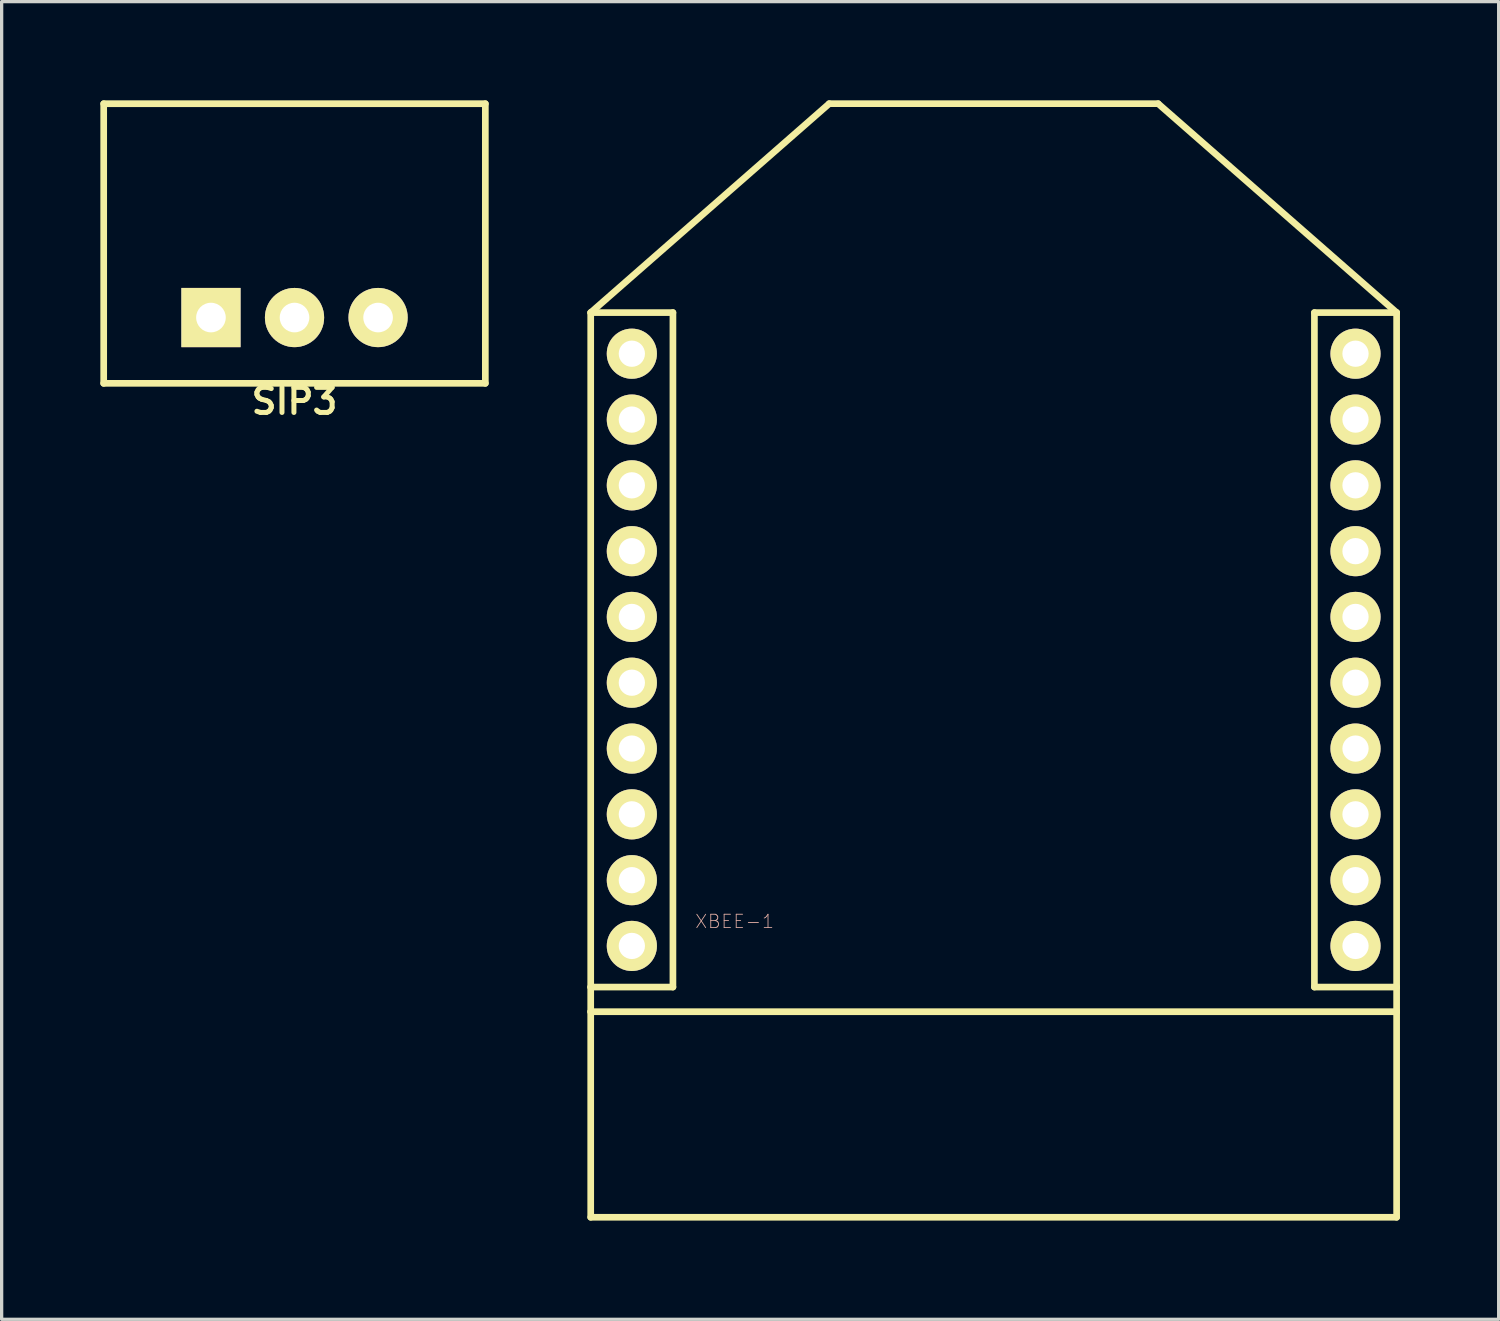
<source format=kicad_pcb>
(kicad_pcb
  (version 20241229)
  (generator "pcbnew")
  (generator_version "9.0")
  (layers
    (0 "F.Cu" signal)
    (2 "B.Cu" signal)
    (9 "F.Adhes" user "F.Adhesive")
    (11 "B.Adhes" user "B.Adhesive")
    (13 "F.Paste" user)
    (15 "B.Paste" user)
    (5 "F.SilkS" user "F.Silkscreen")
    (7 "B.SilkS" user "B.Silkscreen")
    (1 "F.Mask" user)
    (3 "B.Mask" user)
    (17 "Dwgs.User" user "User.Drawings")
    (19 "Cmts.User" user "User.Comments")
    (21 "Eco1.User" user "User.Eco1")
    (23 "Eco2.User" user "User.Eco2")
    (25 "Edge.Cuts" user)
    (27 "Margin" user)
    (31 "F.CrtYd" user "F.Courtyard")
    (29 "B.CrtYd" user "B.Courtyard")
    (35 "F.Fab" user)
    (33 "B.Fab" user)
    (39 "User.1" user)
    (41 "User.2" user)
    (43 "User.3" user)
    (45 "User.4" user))
  (footprint "SIP3"
    (layer "F.Cu")
    (at 5.902 6.602)
    (property "Reference" "SIP3" (at 0 2.54 0) (layer "F.SilkS") (effects (font (size 0.762 0.762) (thickness 0.152))))
    (attr through_hole)
    (fp_line (start -5.8 -6.5) (end 5.8 -6.5) (stroke (width 0.203) (type solid)) (layer "F.SilkS"))
    (fp_line (start -5.8 2) (end -5.8 -6.5) (stroke (width 0.203) (type solid)) (layer "F.SilkS"))
    (fp_line (start 5.8 2) (end -5.8 2) (stroke (width 0.203) (type solid)) (layer "F.SilkS"))
    (fp_line (start 5.8 2) (end 5.8 -6.5) (stroke (width 0.203) (type solid)) (layer "F.SilkS"))
    (pad "1" thru_hole rect (at -2.54 0) (size 1.8 1.8) (drill 0.9) (layers "*.Cu" "*.Mask" "F.SilkS"))
    (pad "2" thru_hole circle (at 0 0) (size 1.8 1.8) (drill 0.9) (layers "*.Cu" "*.Mask" "F.SilkS"))
    (pad "3" thru_hole circle (at 2.54 0) (size 1.8 1.8) (drill 0.9) (layers "*.Cu" "*.Mask" "F.SilkS")))
  (footprint "XBEE-1"
    (layer "F.Cu")
    (at 27.153 27.701)
    (property "Reference" "XBEE-1" (at -7.874 -2.743 0) (layer "B.SilkS") (effects (font (size 0.406 0.406) (thickness 0.025))))
    (attr exclude_from_pos_files exclude_from_bom)
    (fp_line (start -12.248 -21.25) (end -12.248 -0.749) (stroke (width 0.203) (type solid)) (layer "F.SilkS"))
    (fp_line (start -12.248 -21.25) (end -4.999 -27.6) (stroke (width 0.203) (type solid)) (layer "F.SilkS"))
    (fp_line (start -12.248 -0.749) (end -12.248 0) (stroke (width 0.203) (type solid)) (layer "F.SilkS"))
    (fp_line (start -12.248 -0.749) (end -9.749 -0.749) (stroke (width 0.203) (type solid)) (layer "F.SilkS"))
    (fp_line (start -12.248 0) (end -12.248 6.248) (stroke (width 0.203) (type solid)) (layer "F.SilkS"))
    (fp_line (start -12.248 0) (end 12.248 0) (stroke (width 0.203) (type solid)) (layer "F.SilkS"))
    (fp_line (start -12.248 6.248) (end 12.248 6.248) (stroke (width 0.203) (type solid)) (layer "F.SilkS"))
    (fp_line (start -9.749 -21.25) (end -12.248 -21.25) (stroke (width 0.203) (type solid)) (layer "F.SilkS"))
    (fp_line (start -9.749 -21.25) (end -9.749 -0.749) (stroke (width 0.203) (type solid)) (layer "F.SilkS"))
    (fp_line (start -4.999 -27.6) (end 4.999 -27.6) (stroke (width 0.203) (type solid)) (layer "F.SilkS"))
    (fp_line (start 9.749 -21.25) (end 9.749 -0.749) (stroke (width 0.203) (type solid)) (layer "F.SilkS"))
    (fp_line (start 9.749 -21.25) (end 12.248 -21.25) (stroke (width 0.203) (type solid)) (layer "F.SilkS"))
    (fp_line (start 12.248 -21.25) (end 4.999 -27.6) (stroke (width 0.203) (type solid)) (layer "F.SilkS"))
    (fp_line (start 12.248 -21.25) (end 12.248 -0.749) (stroke (width 0.203) (type solid)) (layer "F.SilkS"))
    (fp_line (start 12.248 -0.749) (end 9.749 -0.749) (stroke (width 0.203) (type solid)) (layer "F.SilkS"))
    (fp_line (start 12.248 -0.749) (end 12.248 0) (stroke (width 0.203) (type solid)) (layer "F.SilkS"))
    (fp_line (start 12.248 0) (end 12.248 6.248) (stroke (width 0.203) (type solid)) (layer "F.SilkS"))
    (pad "1" thru_hole circle (at -10.998 -20) (size 1.524 1.524) (drill 0.798) (layers "*.Cu" "F.Mask" "F.SilkS" "F.Paste"))
    (pad "2" thru_hole circle (at -10.998 -17.998) (size 1.524 1.524) (drill 0.798) (layers "*.Cu" "F.Mask" "F.SilkS" "F.Paste"))
    (pad "3" thru_hole circle (at -10.998 -15.999) (size 1.524 1.524) (drill 0.798) (layers "*.Cu" "F.Mask" "F.SilkS" "F.Paste"))
    (pad "4" thru_hole circle (at -10.998 -13.998) (size 1.524 1.524) (drill 0.798) (layers "*.Cu" "F.Mask" "F.SilkS" "F.Paste"))
    (pad "5" thru_hole circle (at -10.998 -11.999) (size 1.524 1.524) (drill 0.798) (layers "*.Cu" "F.Mask" "F.SilkS" "F.Paste"))
    (pad "6" thru_hole circle (at -10.998 -10) (size 1.524 1.524) (drill 0.798) (layers "*.Cu" "F.Mask" "F.SilkS" "F.Paste"))
    (pad "7" thru_hole circle (at -10.998 -7.998) (size 1.524 1.524) (drill 0.798) (layers "*.Cu" "F.Mask" "F.SilkS" "F.Paste"))
    (pad "8" thru_hole circle (at -10.998 -5.999) (size 1.524 1.524) (drill 0.798) (layers "*.Cu" "F.Mask" "F.SilkS" "F.Paste"))
    (pad "9" thru_hole circle (at -10.998 -3.998) (size 1.524 1.524) (drill 0.798) (layers "*.Cu" "F.Mask" "F.SilkS" "F.Paste"))
    (pad "10" thru_hole circle (at -10.998 -1.999) (size 1.524 1.524) (drill 0.798) (layers "*.Cu" "F.Mask" "F.SilkS" "F.Paste"))
    (pad "11" thru_hole circle (at 10.998 -1.999) (size 1.524 1.524) (drill 0.798) (layers "*.Cu" "F.Mask" "F.SilkS" "F.Paste"))
    (pad "12" thru_hole circle (at 10.998 -3.998) (size 1.524 1.524) (drill 0.798) (layers "*.Cu" "F.Mask" "F.SilkS" "F.Paste"))
    (pad "13" thru_hole circle (at 10.998 -5.999) (size 1.524 1.524) (drill 0.798) (layers "*.Cu" "F.Mask" "F.SilkS" "F.Paste"))
    (pad "14" thru_hole circle (at 10.998 -7.998) (size 1.524 1.524) (drill 0.798) (layers "*.Cu" "F.Mask" "F.SilkS" "F.Paste"))
    (pad "15" thru_hole circle (at 10.998 -10) (size 1.524 1.524) (drill 0.798) (layers "*.Cu" "F.Mask" "F.SilkS" "F.Paste"))
    (pad "16" thru_hole circle (at 10.998 -11.999) (size 1.524 1.524) (drill 0.798) (layers "*.Cu" "F.Mask" "F.SilkS" "F.Paste"))
    (pad "17" thru_hole circle (at 10.998 -13.998) (size 1.524 1.524) (drill 0.798) (layers "*.Cu" "F.Mask" "F.SilkS" "F.Paste"))
    (pad "18" thru_hole circle (at 10.998 -15.999) (size 1.524 1.524) (drill 0.798) (layers "*.Cu" "F.Mask" "F.SilkS" "F.Paste"))
    (pad "19" thru_hole circle (at 10.998 -17.998) (size 1.524 1.524) (drill 0.798) (layers "*.Cu" "F.Mask" "F.SilkS" "F.Paste"))
    (pad "20" thru_hole circle (at 10.998 -20) (size 1.524 1.524) (drill 0.798) (layers "*.Cu" "F.Mask" "F.SilkS" "F.Paste")))
  (gr_rect
    (start -3 -3)
    (end 42.502 37.051)
    (stroke (width 0.1) (type default))
    (fill no)
    (layer "Edge.Cuts")))
</source>
